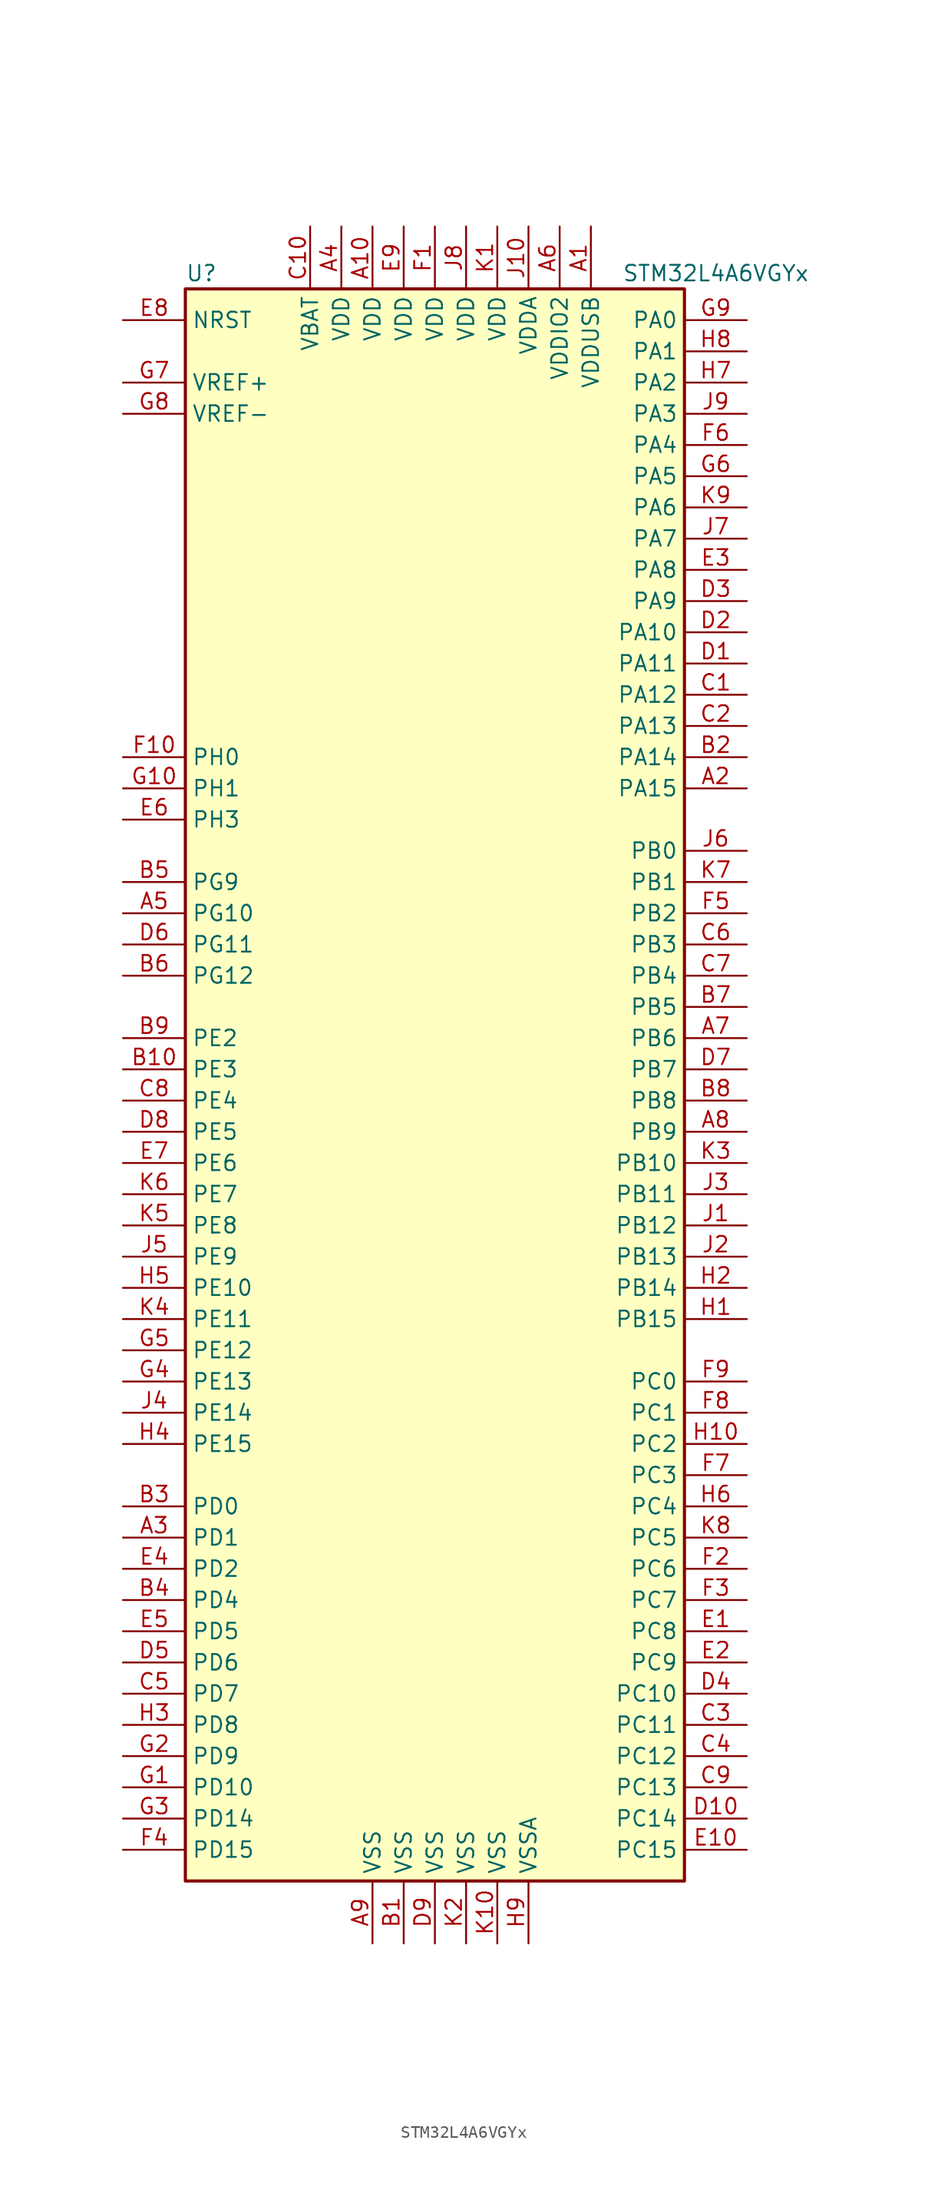
<source format=kicad_sym>
(kicad_symbol_lib
  (version 20201005)
  (generator kicad_symbol_editor)
  (symbol "MCU_ST_STM32L4:STM32L4A6VGYx"
    (property "Reference" "U"
      (at -20.32 64.77 0)
      (effects (font (size 1.27 1.27)) (justify left)))
    (property "Value" "STM32L4A6VGYx"
      (at 15.24 64.77 0)
      (effects (font (size 1.27 1.27)) (justify left)))
    (symbol "STM32L4A6VGYx_0_1"
      (rectangle (start -20.32 -66.04) (end 20.32 63.5) (stroke (width 0.254)) (fill (type background))))
    (symbol "STM32L4A6VGYx_1_1"
      (pin power_in line (at 12.7 68.58 270) (length 5.08) (name "VDDUSB" (effects (font (size 1.27 1.27)))) (number "A1" (effects (font (size 1.27 1.27)))))
      (pin power_in line (at -5.08 68.58 270) (length 5.08) (name "VDD" (effects (font (size 1.27 1.27)))) (number "A10" (effects (font (size 1.27 1.27)))))
      (pin bidirectional line (at 25.4 22.86 180) (length 5.08) (name "PA15" (effects (font (size 1.27 1.27)))) (number "A2" (effects (font (size 1.27 1.27)))))
      (pin bidirectional line (at -25.4 -38.1 0) (length 5.08) (name "PD1" (effects (font (size 1.27 1.27)))) (number "A3" (effects (font (size 1.27 1.27)))))
      (pin power_in line (at -7.62 68.58 270) (length 5.08) (name "VDD" (effects (font (size 1.27 1.27)))) (number "A4" (effects (font (size 1.27 1.27)))))
      (pin bidirectional line (at -25.4 12.7 0) (length 5.08) (name "PG10" (effects (font (size 1.27 1.27)))) (number "A5" (effects (font (size 1.27 1.27)))))
      (pin power_in line (at 10.16 68.58 270) (length 5.08) (name "VDDIO2" (effects (font (size 1.27 1.27)))) (number "A6" (effects (font (size 1.27 1.27)))))
      (pin bidirectional line (at 25.4 2.54 180) (length 5.08) (name "PB6" (effects (font (size 1.27 1.27)))) (number "A7" (effects (font (size 1.27 1.27)))))
      (pin bidirectional line (at 25.4 -5.08 180) (length 5.08) (name "PB9" (effects (font (size 1.27 1.27)))) (number "A8" (effects (font (size 1.27 1.27)))))
      (pin power_in line (at -5.08 -71.12 90) (length 5.08) (name "VSS" (effects (font (size 1.27 1.27)))) (number "A9" (effects (font (size 1.27 1.27)))))
      (pin power_in line (at -2.54 -71.12 90) (length 5.08) (name "VSS" (effects (font (size 1.27 1.27)))) (number "B1" (effects (font (size 1.27 1.27)))))
      (pin bidirectional line (at -25.4 0 0) (length 5.08) (name "PE3" (effects (font (size 1.27 1.27)))) (number "B10" (effects (font (size 1.27 1.27)))))
      (pin bidirectional line (at 25.4 25.4 180) (length 5.08) (name "PA14" (effects (font (size 1.27 1.27)))) (number "B2" (effects (font (size 1.27 1.27)))))
      (pin bidirectional line (at -25.4 -35.56 0) (length 5.08) (name "PD0" (effects (font (size 1.27 1.27)))) (number "B3" (effects (font (size 1.27 1.27)))))
      (pin bidirectional line (at -25.4 -43.18 0) (length 5.08) (name "PD4" (effects (font (size 1.27 1.27)))) (number "B4" (effects (font (size 1.27 1.27)))))
      (pin bidirectional line (at -25.4 15.24 0) (length 5.08) (name "PG9" (effects (font (size 1.27 1.27)))) (number "B5" (effects (font (size 1.27 1.27)))))
      (pin bidirectional line (at -25.4 7.62 0) (length 5.08) (name "PG12" (effects (font (size 1.27 1.27)))) (number "B6" (effects (font (size 1.27 1.27)))))
      (pin bidirectional line (at 25.4 5.08 180) (length 5.08) (name "PB5" (effects (font (size 1.27 1.27)))) (number "B7" (effects (font (size 1.27 1.27)))))
      (pin bidirectional line (at 25.4 -2.54 180) (length 5.08) (name "PB8" (effects (font (size 1.27 1.27)))) (number "B8" (effects (font (size 1.27 1.27)))))
      (pin bidirectional line (at -25.4 2.54 0) (length 5.08) (name "PE2" (effects (font (size 1.27 1.27)))) (number "B9" (effects (font (size 1.27 1.27)))))
      (pin bidirectional line (at 25.4 30.48 180) (length 5.08) (name "PA12" (effects (font (size 1.27 1.27)))) (number "C1" (effects (font (size 1.27 1.27)))))
      (pin power_in line (at -10.16 68.58 270) (length 5.08) (name "VBAT" (effects (font (size 1.27 1.27)))) (number "C10" (effects (font (size 1.27 1.27)))))
      (pin bidirectional line (at 25.4 27.94 180) (length 5.08) (name "PA13" (effects (font (size 1.27 1.27)))) (number "C2" (effects (font (size 1.27 1.27)))))
      (pin bidirectional line (at 25.4 -53.34 180) (length 5.08) (name "PC11" (effects (font (size 1.27 1.27)))) (number "C3" (effects (font (size 1.27 1.27)))))
      (pin bidirectional line (at 25.4 -55.88 180) (length 5.08) (name "PC12" (effects (font (size 1.27 1.27)))) (number "C4" (effects (font (size 1.27 1.27)))))
      (pin bidirectional line (at -25.4 -50.8 0) (length 5.08) (name "PD7" (effects (font (size 1.27 1.27)))) (number "C5" (effects (font (size 1.27 1.27)))))
      (pin bidirectional line (at 25.4 10.16 180) (length 5.08) (name "PB3" (effects (font (size 1.27 1.27)))) (number "C6" (effects (font (size 1.27 1.27)))))
      (pin bidirectional line (at 25.4 7.62 180) (length 5.08) (name "PB4" (effects (font (size 1.27 1.27)))) (number "C7" (effects (font (size 1.27 1.27)))))
      (pin bidirectional line (at -25.4 -2.54 0) (length 5.08) (name "PE4" (effects (font (size 1.27 1.27)))) (number "C8" (effects (font (size 1.27 1.27)))))
      (pin bidirectional line (at 25.4 -58.42 180) (length 5.08) (name "PC13" (effects (font (size 1.27 1.27)))) (number "C9" (effects (font (size 1.27 1.27)))))
      (pin bidirectional line (at 25.4 33.02 180) (length 5.08) (name "PA11" (effects (font (size 1.27 1.27)))) (number "D1" (effects (font (size 1.27 1.27)))))
      (pin bidirectional line (at 25.4 -60.96 180) (length 5.08) (name "PC14" (effects (font (size 1.27 1.27)))) (number "D10" (effects (font (size 1.27 1.27)))))
      (pin bidirectional line (at 25.4 35.56 180) (length 5.08) (name "PA10" (effects (font (size 1.27 1.27)))) (number "D2" (effects (font (size 1.27 1.27)))))
      (pin bidirectional line (at 25.4 38.1 180) (length 5.08) (name "PA9" (effects (font (size 1.27 1.27)))) (number "D3" (effects (font (size 1.27 1.27)))))
      (pin bidirectional line (at 25.4 -50.8 180) (length 5.08) (name "PC10" (effects (font (size 1.27 1.27)))) (number "D4" (effects (font (size 1.27 1.27)))))
      (pin bidirectional line (at -25.4 -48.26 0) (length 5.08) (name "PD6" (effects (font (size 1.27 1.27)))) (number "D5" (effects (font (size 1.27 1.27)))))
      (pin bidirectional line (at -25.4 10.16 0) (length 5.08) (name "PG11" (effects (font (size 1.27 1.27)))) (number "D6" (effects (font (size 1.27 1.27)))))
      (pin bidirectional line (at 25.4 0 180) (length 5.08) (name "PB7" (effects (font (size 1.27 1.27)))) (number "D7" (effects (font (size 1.27 1.27)))))
      (pin bidirectional line (at -25.4 -5.08 0) (length 5.08) (name "PE5" (effects (font (size 1.27 1.27)))) (number "D8" (effects (font (size 1.27 1.27)))))
      (pin power_in line (at 0 -71.12 90) (length 5.08) (name "VSS" (effects (font (size 1.27 1.27)))) (number "D9" (effects (font (size 1.27 1.27)))))
      (pin bidirectional line (at 25.4 -45.72 180) (length 5.08) (name "PC8" (effects (font (size 1.27 1.27)))) (number "E1" (effects (font (size 1.27 1.27)))))
      (pin bidirectional line (at 25.4 -63.5 180) (length 5.08) (name "PC15" (effects (font (size 1.27 1.27)))) (number "E10" (effects (font (size 1.27 1.27)))))
      (pin bidirectional line (at 25.4 -48.26 180) (length 5.08) (name "PC9" (effects (font (size 1.27 1.27)))) (number "E2" (effects (font (size 1.27 1.27)))))
      (pin bidirectional line (at 25.4 40.64 180) (length 5.08) (name "PA8" (effects (font (size 1.27 1.27)))) (number "E3" (effects (font (size 1.27 1.27)))))
      (pin bidirectional line (at -25.4 -40.64 0) (length 5.08) (name "PD2" (effects (font (size 1.27 1.27)))) (number "E4" (effects (font (size 1.27 1.27)))))
      (pin bidirectional line (at -25.4 -45.72 0) (length 5.08) (name "PD5" (effects (font (size 1.27 1.27)))) (number "E5" (effects (font (size 1.27 1.27)))))
      (pin bidirectional line (at -25.4 20.32 0) (length 5.08) (name "PH3" (effects (font (size 1.27 1.27)))) (number "E6" (effects (font (size 1.27 1.27)))))
      (pin bidirectional line (at -25.4 -7.62 0) (length 5.08) (name "PE6" (effects (font (size 1.27 1.27)))) (number "E7" (effects (font (size 1.27 1.27)))))
      (pin input line (at -25.4 60.96 0) (length 5.08) (name "NRST" (effects (font (size 1.27 1.27)))) (number "E8" (effects (font (size 1.27 1.27)))))
      (pin power_in line (at -2.54 68.58 270) (length 5.08) (name "VDD" (effects (font (size 1.27 1.27)))) (number "E9" (effects (font (size 1.27 1.27)))))
      (pin power_in line (at 0 68.58 270) (length 5.08) (name "VDD" (effects (font (size 1.27 1.27)))) (number "F1" (effects (font (size 1.27 1.27)))))
      (pin input line (at -25.4 25.4 0) (length 5.08) (name "PH0" (effects (font (size 1.27 1.27)))) (number "F10" (effects (font (size 1.27 1.27)))))
      (pin bidirectional line (at 25.4 -40.64 180) (length 5.08) (name "PC6" (effects (font (size 1.27 1.27)))) (number "F2" (effects (font (size 1.27 1.27)))))
      (pin bidirectional line (at 25.4 -43.18 180) (length 5.08) (name "PC7" (effects (font (size 1.27 1.27)))) (number "F3" (effects (font (size 1.27 1.27)))))
      (pin bidirectional line (at -25.4 -63.5 0) (length 5.08) (name "PD15" (effects (font (size 1.27 1.27)))) (number "F4" (effects (font (size 1.27 1.27)))))
      (pin bidirectional line (at 25.4 12.7 180) (length 5.08) (name "PB2" (effects (font (size 1.27 1.27)))) (number "F5" (effects (font (size 1.27 1.27)))))
      (pin bidirectional line (at 25.4 50.8 180) (length 5.08) (name "PA4" (effects (font (size 1.27 1.27)))) (number "F6" (effects (font (size 1.27 1.27)))))
      (pin bidirectional line (at 25.4 -33.02 180) (length 5.08) (name "PC3" (effects (font (size 1.27 1.27)))) (number "F7" (effects (font (size 1.27 1.27)))))
      (pin bidirectional line (at 25.4 -27.94 180) (length 5.08) (name "PC1" (effects (font (size 1.27 1.27)))) (number "F8" (effects (font (size 1.27 1.27)))))
      (pin bidirectional line (at 25.4 -25.4 180) (length 5.08) (name "PC0" (effects (font (size 1.27 1.27)))) (number "F9" (effects (font (size 1.27 1.27)))))
      (pin bidirectional line (at -25.4 -58.42 0) (length 5.08) (name "PD10" (effects (font (size 1.27 1.27)))) (number "G1" (effects (font (size 1.27 1.27)))))
      (pin input line (at -25.4 22.86 0) (length 5.08) (name "PH1" (effects (font (size 1.27 1.27)))) (number "G10" (effects (font (size 1.27 1.27)))))
      (pin bidirectional line (at -25.4 -55.88 0) (length 5.08) (name "PD9" (effects (font (size 1.27 1.27)))) (number "G2" (effects (font (size 1.27 1.27)))))
      (pin bidirectional line (at -25.4 -60.96 0) (length 5.08) (name "PD14" (effects (font (size 1.27 1.27)))) (number "G3" (effects (font (size 1.27 1.27)))))
      (pin bidirectional line (at -25.4 -25.4 0) (length 5.08) (name "PE13" (effects (font (size 1.27 1.27)))) (number "G4" (effects (font (size 1.27 1.27)))))
      (pin bidirectional line (at -25.4 -22.86 0) (length 5.08) (name "PE12" (effects (font (size 1.27 1.27)))) (number "G5" (effects (font (size 1.27 1.27)))))
      (pin bidirectional line (at 25.4 48.26 180) (length 5.08) (name "PA5" (effects (font (size 1.27 1.27)))) (number "G6" (effects (font (size 1.27 1.27)))))
      (pin bidirectional line (at -25.4 55.88 0) (length 5.08) (name "VREF+" (effects (font (size 1.27 1.27)))) (number "G7" (effects (font (size 1.27 1.27)))))
      (pin power_in line (at -25.4 53.34 0) (length 5.08) (name "VREF-" (effects (font (size 1.27 1.27)))) (number "G8" (effects (font (size 1.27 1.27)))))
      (pin bidirectional line (at 25.4 60.96 180) (length 5.08) (name "PA0" (effects (font (size 1.27 1.27)))) (number "G9" (effects (font (size 1.27 1.27)))))
      (pin bidirectional line (at 25.4 -20.32 180) (length 5.08) (name "PB15" (effects (font (size 1.27 1.27)))) (number "H1" (effects (font (size 1.27 1.27)))))
      (pin bidirectional line (at 25.4 -30.48 180) (length 5.08) (name "PC2" (effects (font (size 1.27 1.27)))) (number "H10" (effects (font (size 1.27 1.27)))))
      (pin bidirectional line (at 25.4 -17.78 180) (length 5.08) (name "PB14" (effects (font (size 1.27 1.27)))) (number "H2" (effects (font (size 1.27 1.27)))))
      (pin bidirectional line (at -25.4 -53.34 0) (length 5.08) (name "PD8" (effects (font (size 1.27 1.27)))) (number "H3" (effects (font (size 1.27 1.27)))))
      (pin bidirectional line (at -25.4 -30.48 0) (length 5.08) (name "PE15" (effects (font (size 1.27 1.27)))) (number "H4" (effects (font (size 1.27 1.27)))))
      (pin bidirectional line (at -25.4 -17.78 0) (length 5.08) (name "PE10" (effects (font (size 1.27 1.27)))) (number "H5" (effects (font (size 1.27 1.27)))))
      (pin bidirectional line (at 25.4 -35.56 180) (length 5.08) (name "PC4" (effects (font (size 1.27 1.27)))) (number "H6" (effects (font (size 1.27 1.27)))))
      (pin bidirectional line (at 25.4 55.88 180) (length 5.08) (name "PA2" (effects (font (size 1.27 1.27)))) (number "H7" (effects (font (size 1.27 1.27)))))
      (pin bidirectional line (at 25.4 58.42 180) (length 5.08) (name "PA1" (effects (font (size 1.27 1.27)))) (number "H8" (effects (font (size 1.27 1.27)))))
      (pin power_in line (at 7.62 -71.12 90) (length 5.08) (name "VSSA" (effects (font (size 1.27 1.27)))) (number "H9" (effects (font (size 1.27 1.27)))))
      (pin bidirectional line (at 25.4 -12.7 180) (length 5.08) (name "PB12" (effects (font (size 1.27 1.27)))) (number "J1" (effects (font (size 1.27 1.27)))))
      (pin power_in line (at 7.62 68.58 270) (length 5.08) (name "VDDA" (effects (font (size 1.27 1.27)))) (number "J10" (effects (font (size 1.27 1.27)))))
      (pin bidirectional line (at 25.4 -15.24 180) (length 5.08) (name "PB13" (effects (font (size 1.27 1.27)))) (number "J2" (effects (font (size 1.27 1.27)))))
      (pin bidirectional line (at 25.4 -10.16 180) (length 5.08) (name "PB11" (effects (font (size 1.27 1.27)))) (number "J3" (effects (font (size 1.27 1.27)))))
      (pin bidirectional line (at -25.4 -27.94 0) (length 5.08) (name "PE14" (effects (font (size 1.27 1.27)))) (number "J4" (effects (font (size 1.27 1.27)))))
      (pin bidirectional line (at -25.4 -15.24 0) (length 5.08) (name "PE9" (effects (font (size 1.27 1.27)))) (number "J5" (effects (font (size 1.27 1.27)))))
      (pin bidirectional line (at 25.4 17.78 180) (length 5.08) (name "PB0" (effects (font (size 1.27 1.27)))) (number "J6" (effects (font (size 1.27 1.27)))))
      (pin bidirectional line (at 25.4 43.18 180) (length 5.08) (name "PA7" (effects (font (size 1.27 1.27)))) (number "J7" (effects (font (size 1.27 1.27)))))
      (pin power_in line (at 2.54 68.58 270) (length 5.08) (name "VDD" (effects (font (size 1.27 1.27)))) (number "J8" (effects (font (size 1.27 1.27)))))
      (pin bidirectional line (at 25.4 53.34 180) (length 5.08) (name "PA3" (effects (font (size 1.27 1.27)))) (number "J9" (effects (font (size 1.27 1.27)))))
      (pin power_in line (at 5.08 68.58 270) (length 5.08) (name "VDD" (effects (font (size 1.27 1.27)))) (number "K1" (effects (font (size 1.27 1.27)))))
      (pin power_in line (at 5.08 -71.12 90) (length 5.08) (name "VSS" (effects (font (size 1.27 1.27)))) (number "K10" (effects (font (size 1.27 1.27)))))
      (pin power_in line (at 2.54 -71.12 90) (length 5.08) (name "VSS" (effects (font (size 1.27 1.27)))) (number "K2" (effects (font (size 1.27 1.27)))))
      (pin bidirectional line (at 25.4 -7.62 180) (length 5.08) (name "PB10" (effects (font (size 1.27 1.27)))) (number "K3" (effects (font (size 1.27 1.27)))))
      (pin bidirectional line (at -25.4 -20.32 0) (length 5.08) (name "PE11" (effects (font (size 1.27 1.27)))) (number "K4" (effects (font (size 1.27 1.27)))))
      (pin bidirectional line (at -25.4 -12.7 0) (length 5.08) (name "PE8" (effects (font (size 1.27 1.27)))) (number "K5" (effects (font (size 1.27 1.27)))))
      (pin bidirectional line (at -25.4 -10.16 0) (length 5.08) (name "PE7" (effects (font (size 1.27 1.27)))) (number "K6" (effects (font (size 1.27 1.27)))))
      (pin bidirectional line (at 25.4 15.24 180) (length 5.08) (name "PB1" (effects (font (size 1.27 1.27)))) (number "K7" (effects (font (size 1.27 1.27)))))
      (pin bidirectional line (at 25.4 -38.1 180) (length 5.08) (name "PC5" (effects (font (size 1.27 1.27)))) (number "K8" (effects (font (size 1.27 1.27)))))
      (pin bidirectional line (at 25.4 45.72 180) (length 5.08) (name "PA6" (effects (font (size 1.27 1.27)))) (number "K9" (effects (font (size 1.27 1.27))))))))
</source>
